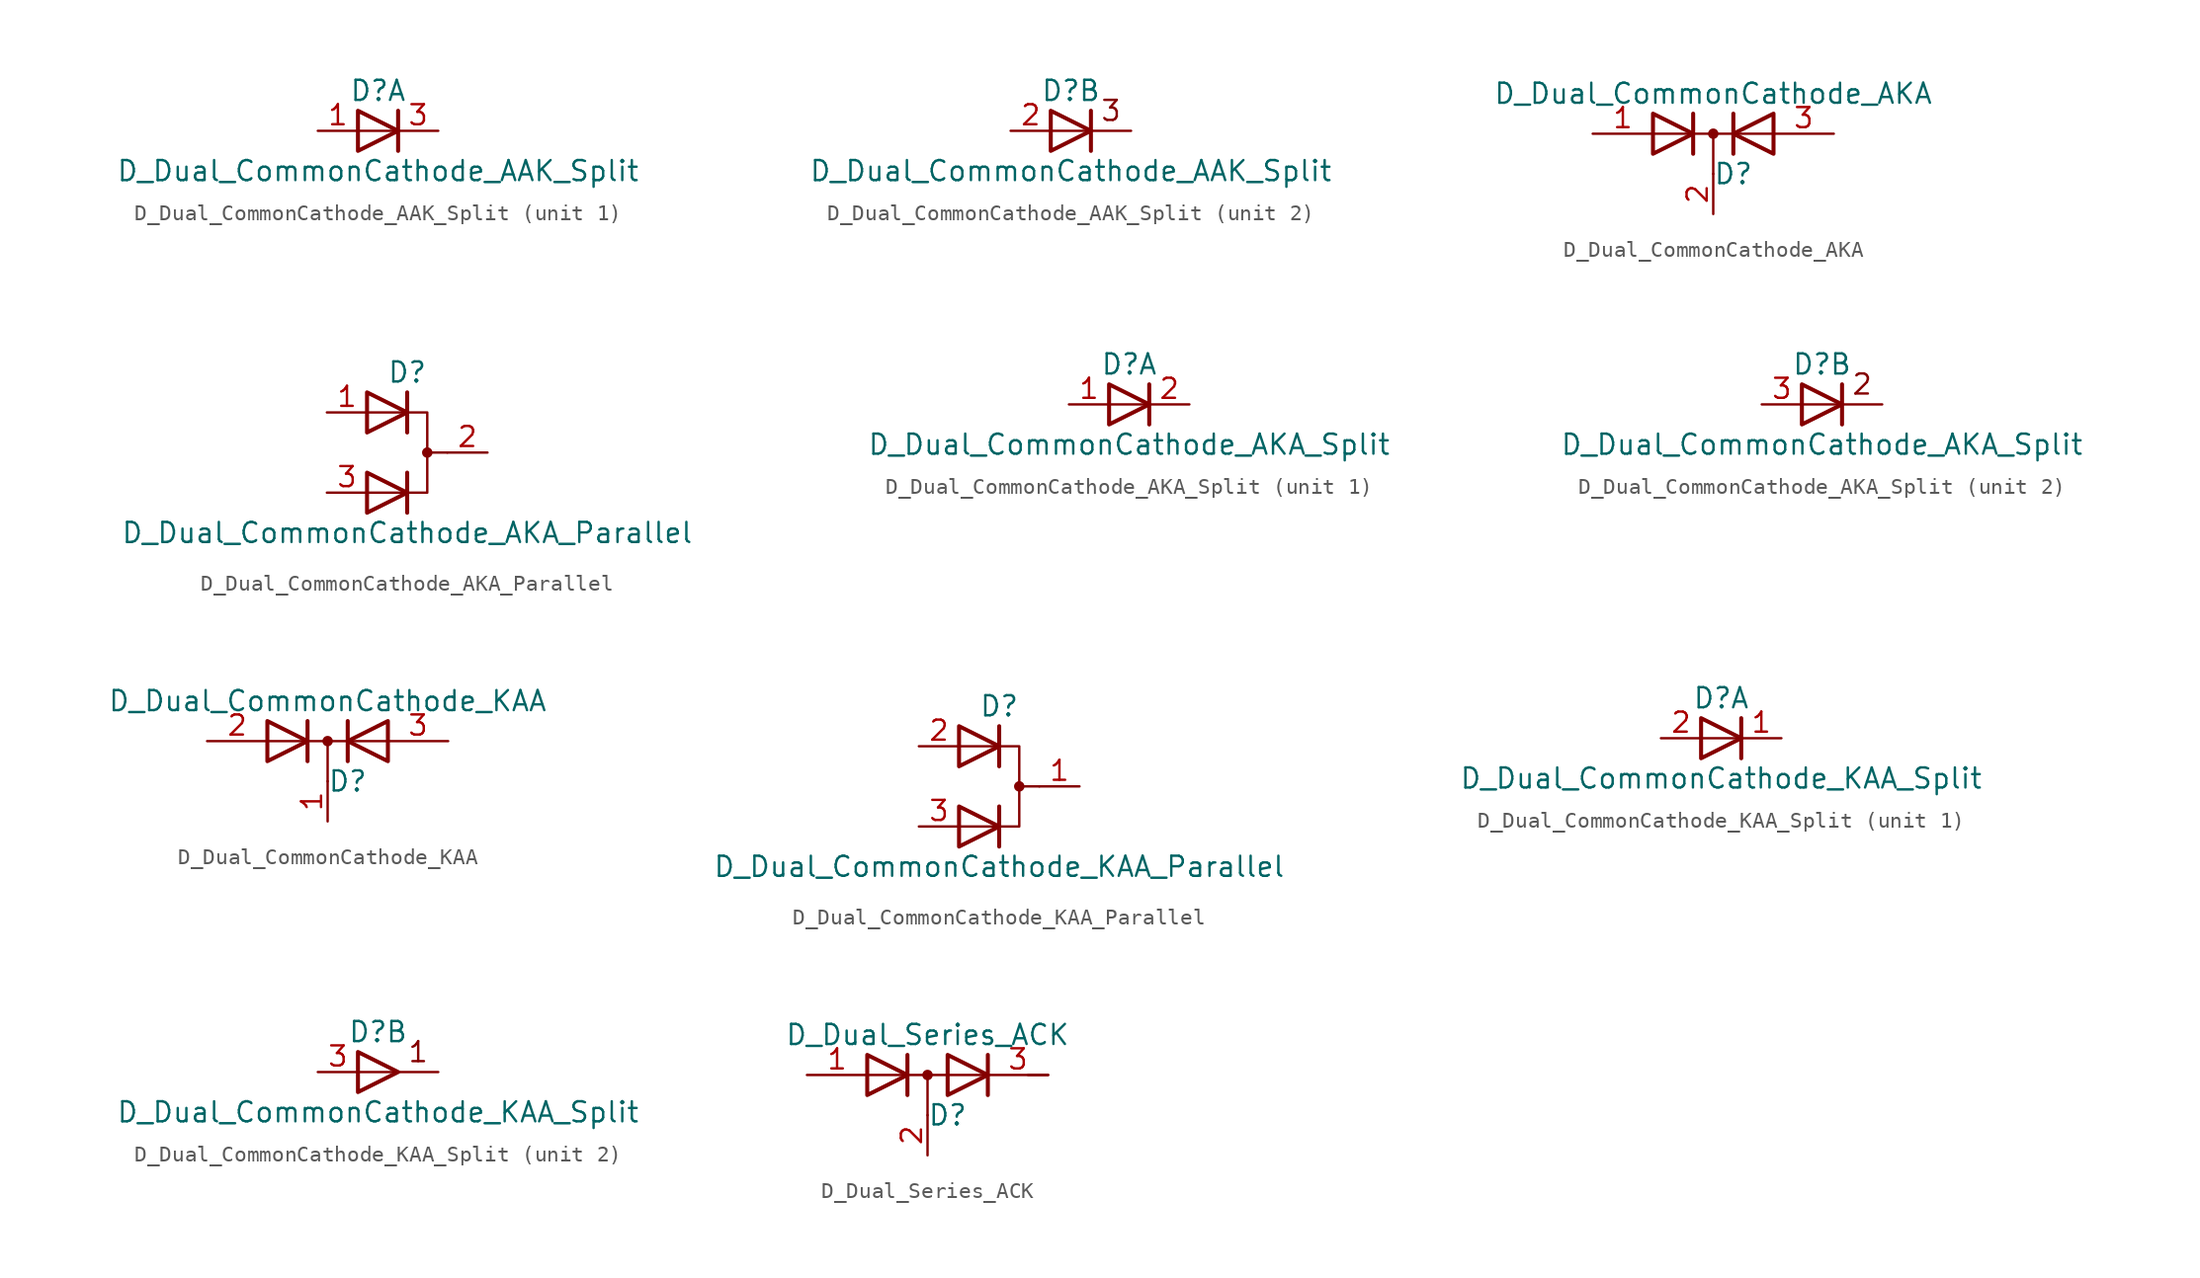
<source format=kicad_sym>
(kicad_symbol_lib
  (version 20241209)
  (generator "kicad_symbol_editor")
  (generator_version "9.0")
  (symbol "D_Dual_CommonCathode_AAK_Split"
    (pin_names
      (offset 0.762)
      (hide yes))
    (property "Reference" "D"
      (at 0 2.54 0)
      (effects (font (size 1.27 1.27))))
    (property "Value" "D_Dual_CommonCathode_AAK_Split"
      (at 0 -2.54 0)
      (effects (font (size 1.27 1.27))))
    (property "ki_locked" ""
      (at 0 0 0)
      (effects (font (size 1.27 1.27))))
    (symbol "D_Dual_CommonCathode_AAK_Split_0_0"
      (polyline (pts (xy 1.27 1.27) (xy 1.27 -1.27)) (stroke (width 0.254) (type solid)) (fill (type none))))
    (symbol "D_Dual_CommonCathode_AAK_Split_0_1"
      (polyline (pts (xy -1.27 1.27) (xy 1.27 0) (xy -1.27 -1.27) (xy -1.27 1.27) (xy -1.27 1.27) (xy -1.27 1.27)) (stroke (width 0.254) (type solid)) (fill (type none))))
    (symbol "D_Dual_CommonCathode_AAK_Split_1_1"
      (polyline (pts (xy 1.27 0) (xy -1.27 0)) (stroke (width 0) (type solid)) (fill (type none)))
      (pin passive line (at -3.81 0 0) (length 2.54) (name "A" (effects (font (size 1.27 1.27)))) (number "1" (effects (font (size 1.27 1.27)))))
      (pin passive line (at 3.81 0 180) (length 2.54) (name "K" (effects (font (size 1.27 1.27)))) (number "3" (effects (font (size 1.27 1.27))))))
    (symbol "D_Dual_CommonCathode_AAK_Split_2_0"
      (polyline (pts (xy 3.81 0) (xy -1.27 0)) (stroke (width 0) (type solid)) (fill (type none)))
      (text "3" (at 2.54 1.27 0) (effects (font (size 1.27 1.27)))))
    (symbol "D_Dual_CommonCathode_AAK_Split_2_1"
      (pin passive line (at -3.81 0 0) (length 2.54) (name "K" (effects (font (size 1.27 1.27)))) (number "2" (effects (font (size 1.27 1.27)))))))
  (symbol "D_Dual_CommonCathode_AKA"
    (pin_names
      (offset 0.762)
      (hide yes))
    (property "Reference" "D"
      (at 1.27 -2.54 0)
      (effects (font (size 1.27 1.27))))
    (property "Value" "D_Dual_CommonCathode_AKA"
      (at 0 2.54 0)
      (effects (font (size 1.27 1.27))))
    (symbol "D_Dual_CommonCathode_AKA_0_1"
      (polyline (pts (xy -3.81 1.27) (xy -1.27 0) (xy -3.81 -1.27) (xy -3.81 1.27) (xy -3.81 1.27) (xy -3.81 1.27)) (stroke (width 0.254) (type solid)) (fill (type none)))
      (polyline (pts (xy -1.27 -1.27) (xy -1.27 1.27) (xy -1.27 1.27)) (stroke (width 0.254) (type solid)) (fill (type none)))
      (polyline (pts (xy 0 0) (xy 0 -2.54)) (stroke (width 0) (type solid)) (fill (type none)))
      (circle (center 0 0) (radius 0.254) (stroke (width 0) (type solid)) (fill (type outline)))
      (polyline (pts (xy 1.27 -1.27) (xy 1.27 1.27) (xy 1.27 1.27)) (stroke (width 0.254) (type solid)) (fill (type none)))
      (polyline (pts (xy 3.81 0) (xy -3.81 0)) (stroke (width 0) (type solid)) (fill (type none)))
      (polyline (pts (xy 3.81 -1.27) (xy 1.27 0) (xy 3.81 1.27) (xy 3.81 -1.27) (xy 3.81 -1.27) (xy 3.81 -1.27)) (stroke (width 0.254) (type solid)) (fill (type none)))
      (pin passive line (at -7.62 0 0) (length 3.81) (name "A" (effects (font (size 1.27 1.27)))) (number "1" (effects (font (size 1.27 1.27)))))
      (pin passive line (at 0 -5.08 90) (length 2.54) (name "K" (effects (font (size 1.27 1.27)))) (number "2" (effects (font (size 1.27 1.27)))))
      (pin passive line (at 7.62 0 180) (length 3.81) (name "A" (effects (font (size 1.27 1.27)))) (number "3" (effects (font (size 1.27 1.27)))))))
  (symbol "D_Dual_CommonCathode_AKA_Parallel"
    (pin_names
      (offset 0.762)
      (hide yes))
    (property "Reference" "D"
      (at 0 5.08 0)
      (effects (font (size 1.27 1.27))))
    (property "Value" "D_Dual_CommonCathode_AKA_Parallel"
      (at 0 -5.08 0)
      (effects (font (size 1.27 1.27))))
    (symbol "D_Dual_CommonCathode_AKA_Parallel_0_0"
      (polyline (pts (xy 0 3.81) (xy 0 1.27)) (stroke (width 0.254) (type solid)) (fill (type none)))
      (polyline (pts (xy 0 -1.27) (xy 0 -3.81)) (stroke (width 0.254) (type solid)) (fill (type none))))
    (symbol "D_Dual_CommonCathode_AKA_Parallel_0_1"
      (polyline (pts (xy -2.54 3.81) (xy 0 2.54) (xy -2.54 1.27) (xy -2.54 3.81) (xy -2.54 3.81) (xy -2.54 3.81)) (stroke (width 0.254) (type solid)) (fill (type none)))
      (polyline (pts (xy -2.54 -1.27) (xy 0 -2.54) (xy -2.54 -3.81) (xy -2.54 -1.27) (xy -2.54 -1.27) (xy -2.54 -1.27)) (stroke (width 0.254) (type solid)) (fill (type none)))
      (polyline (pts (xy -2.54 -2.54) (xy 1.27 -2.54) (xy 1.27 2.54) (xy -2.54 2.54)) (stroke (width 0) (type solid)) (fill (type none)))
      (polyline (pts (xy 1.27 0) (xy 2.54 0)) (stroke (width 0) (type solid)) (fill (type none)))
      (circle (center 1.27 0) (radius 0.254) (stroke (width 0) (type solid)) (fill (type outline)))
      (pin passive line (at -5.08 2.54 0) (length 2.54) (name "K" (effects (font (size 1.27 1.27)))) (number "1" (effects (font (size 1.27 1.27)))))
      (pin passive line (at -5.08 -2.54 0) (length 2.54) (name "K" (effects (font (size 1.27 1.27)))) (number "3" (effects (font (size 1.27 1.27)))))
      (pin passive line (at 5.08 0 180) (length 2.54) (name "A" (effects (font (size 1.27 1.27)))) (number "2" (effects (font (size 1.27 1.27)))))))
  (symbol "D_Dual_CommonCathode_AKA_Split"
    (pin_names
      (offset 0.762)
      (hide yes))
    (property "Reference" "D"
      (at 0 2.54 0)
      (effects (font (size 1.27 1.27))))
    (property "Value" "D_Dual_CommonCathode_AKA_Split"
      (at 0 -2.54 0)
      (effects (font (size 1.27 1.27))))
    (property "ki_locked" ""
      (at 0 0 0)
      (effects (font (size 1.27 1.27))))
    (symbol "D_Dual_CommonCathode_AKA_Split_0_0"
      (polyline (pts (xy 1.27 1.27) (xy 1.27 -1.27)) (stroke (width 0.254) (type solid)) (fill (type none))))
    (symbol "D_Dual_CommonCathode_AKA_Split_0_1"
      (polyline (pts (xy -1.27 1.27) (xy 1.27 0) (xy -1.27 -1.27) (xy -1.27 1.27) (xy -1.27 1.27) (xy -1.27 1.27)) (stroke (width 0.254) (type solid)) (fill (type none))))
    (symbol "D_Dual_CommonCathode_AKA_Split_1_1"
      (polyline (pts (xy 1.27 0) (xy -1.27 0)) (stroke (width 0) (type solid)) (fill (type none)))
      (pin passive line (at -3.81 0 0) (length 2.54) (name "A" (effects (font (size 1.27 1.27)))) (number "1" (effects (font (size 1.27 1.27)))))
      (pin passive line (at 3.81 0 180) (length 2.54) (name "K" (effects (font (size 1.27 1.27)))) (number "2" (effects (font (size 1.27 1.27))))))
    (symbol "D_Dual_CommonCathode_AKA_Split_2_0"
      (polyline (pts (xy 3.81 0) (xy -1.27 0)) (stroke (width 0) (type solid)) (fill (type none)))
      (text "2" (at 2.54 1.27 0) (effects (font (size 1.27 1.27)))))
    (symbol "D_Dual_CommonCathode_AKA_Split_2_1"
      (pin passive line (at -3.81 0 0) (length 2.54) (name "K" (effects (font (size 1.27 1.27)))) (number "3" (effects (font (size 1.27 1.27)))))))
  (symbol "D_Dual_CommonCathode_KAA"
    (pin_names
      (offset 0.762)
      (hide yes))
    (property "Reference" "D"
      (at 1.27 -2.54 0)
      (effects (font (size 1.27 1.27))))
    (property "Value" "D_Dual_CommonCathode_KAA"
      (at 0 2.54 0)
      (effects (font (size 1.27 1.27))))
    (symbol "D_Dual_CommonCathode_KAA_0_1"
      (polyline (pts (xy -3.81 1.27) (xy -1.27 0) (xy -3.81 -1.27) (xy -3.81 1.27) (xy -3.81 1.27) (xy -3.81 1.27)) (stroke (width 0.254) (type solid)) (fill (type none)))
      (polyline (pts (xy -3.81 0) (xy 3.81 0)) (stroke (width 0) (type solid)) (fill (type none)))
      (polyline (pts (xy -1.27 -1.27) (xy -1.27 1.27) (xy -1.27 1.27)) (stroke (width 0.254) (type solid)) (fill (type none)))
      (polyline (pts (xy 0 0) (xy 0 -2.54)) (stroke (width 0) (type solid)) (fill (type none)))
      (circle (center 0 0) (radius 0.254) (stroke (width 0) (type solid)) (fill (type outline)))
      (polyline (pts (xy 1.27 -1.27) (xy 1.27 1.27) (xy 1.27 1.27)) (stroke (width 0.254) (type solid)) (fill (type none)))
      (polyline (pts (xy 3.81 -1.27) (xy 1.27 0) (xy 3.81 1.27) (xy 3.81 -1.27) (xy 3.81 -1.27) (xy 3.81 -1.27)) (stroke (width 0.254) (type solid)) (fill (type none)))
      (pin passive line (at -7.62 0 0) (length 3.81) (name "A" (effects (font (size 1.27 1.27)))) (number "2" (effects (font (size 1.27 1.27)))))
      (pin passive line (at 0 -5.08 90) (length 2.54) (name "K" (effects (font (size 1.27 1.27)))) (number "1" (effects (font (size 1.27 1.27)))))
      (pin passive line (at 7.62 0 180) (length 3.81) (name "A" (effects (font (size 1.27 1.27)))) (number "3" (effects (font (size 1.27 1.27)))))))
  (symbol "D_Dual_CommonCathode_KAA_Parallel"
    (pin_names
      (offset 0.762)
      (hide yes))
    (property "Reference" "D"
      (at 0 5.08 0)
      (effects (font (size 1.27 1.27))))
    (property "Value" "D_Dual_CommonCathode_KAA_Parallel"
      (at 0 -5.08 0)
      (effects (font (size 1.27 1.27))))
    (symbol "D_Dual_CommonCathode_KAA_Parallel_0_0"
      (polyline (pts (xy 0 3.81) (xy 0 1.27)) (stroke (width 0.254) (type solid)) (fill (type none)))
      (polyline (pts (xy 0 -1.27) (xy 0 -3.81)) (stroke (width 0.254) (type solid)) (fill (type none))))
    (symbol "D_Dual_CommonCathode_KAA_Parallel_0_1"
      (polyline (pts (xy -2.54 3.81) (xy 0 2.54) (xy -2.54 1.27) (xy -2.54 3.81) (xy -2.54 3.81) (xy -2.54 3.81)) (stroke (width 0.254) (type solid)) (fill (type none)))
      (polyline (pts (xy -2.54 -1.27) (xy 0 -2.54) (xy -2.54 -3.81) (xy -2.54 -1.27) (xy -2.54 -1.27) (xy -2.54 -1.27)) (stroke (width 0.254) (type solid)) (fill (type none)))
      (polyline (pts (xy -2.54 -2.54) (xy 1.27 -2.54) (xy 1.27 2.54) (xy -2.54 2.54)) (stroke (width 0) (type solid)) (fill (type none)))
      (polyline (pts (xy 1.27 0) (xy 2.54 0)) (stroke (width 0) (type solid)) (fill (type none)))
      (circle (center 1.27 0) (radius 0.254) (stroke (width 0) (type solid)) (fill (type outline)))
      (pin passive line (at -5.08 2.54 0) (length 2.54) (name "K" (effects (font (size 1.27 1.27)))) (number "2" (effects (font (size 1.27 1.27)))))
      (pin passive line (at -5.08 -2.54 0) (length 2.54) (name "K" (effects (font (size 1.27 1.27)))) (number "3" (effects (font (size 1.27 1.27)))))
      (pin passive line (at 5.08 0 180) (length 2.54) (name "A" (effects (font (size 1.27 1.27)))) (number "1" (effects (font (size 1.27 1.27)))))))
  (symbol "D_Dual_CommonCathode_KAA_Split"
    (pin_names
      (offset 0.762)
      (hide yes))
    (property "Reference" "D"
      (at 0 2.54 0)
      (effects (font (size 1.27 1.27))))
    (property "Value" "D_Dual_CommonCathode_KAA_Split"
      (at 0 -2.54 0)
      (effects (font (size 1.27 1.27))))
    (property "ki_locked" ""
      (at 0 0 0)
      (effects (font (size 1.27 1.27))))
    (symbol "D_Dual_CommonCathode_KAA_Split_0_1"
      (polyline (pts (xy -1.27 1.27) (xy 1.27 0) (xy -1.27 -1.27) (xy -1.27 1.27) (xy -1.27 1.27) (xy -1.27 1.27)) (stroke (width 0.254) (type solid)) (fill (type none))))
    (symbol "D_Dual_CommonCathode_KAA_Split_1_0"
      (polyline (pts (xy 1.27 1.27) (xy 1.27 -1.27)) (stroke (width 0.254) (type solid)) (fill (type none))))
    (symbol "D_Dual_CommonCathode_KAA_Split_1_1"
      (polyline (pts (xy 1.27 0) (xy -1.27 0)) (stroke (width 0) (type solid)) (fill (type none)))
      (pin passive line (at -3.81 0 0) (length 2.54) (name "A" (effects (font (size 1.27 1.27)))) (number "2" (effects (font (size 1.27 1.27)))))
      (pin passive line (at 3.81 0 180) (length 2.54) (name "K" (effects (font (size 1.27 1.27)))) (number "1" (effects (font (size 1.27 1.27))))))
    (symbol "D_Dual_CommonCathode_KAA_Split_2_0"
      (polyline (pts (xy 3.81 0) (xy -1.27 0)) (stroke (width 0) (type solid)) (fill (type none)))
      (text "1" (at 2.54 1.27 0) (effects (font (size 1.27 1.27)))))
    (symbol "D_Dual_CommonCathode_KAA_Split_2_1"
      (pin passive line (at -3.81 0 0) (length 2.54) (name "K" (effects (font (size 1.27 1.27)))) (number "3" (effects (font (size 1.27 1.27)))))))
  (symbol "D_Dual_Series_ACK"
    (pin_names
      (offset 0.762)
      (hide yes))
    (property "Reference" "D"
      (at 1.27 -2.54 0)
      (effects (font (size 1.27 1.27))))
    (property "Value" "D_Dual_Series_ACK"
      (at 0 2.54 0)
      (effects (font (size 1.27 1.27))))
    (symbol "D_Dual_Series_ACK_0_1"
      (polyline (pts (xy -3.81 1.27) (xy -1.27 0) (xy -3.81 -1.27) (xy -3.81 1.27) (xy -3.81 1.27) (xy -3.81 1.27)) (stroke (width 0.254) (type solid)) (fill (type none)))
      (polyline (pts (xy -1.27 -1.27) (xy -1.27 1.27) (xy -1.27 1.27)) (stroke (width 0.254) (type solid)) (fill (type none)))
      (polyline (pts (xy 0 0) (xy 0 -2.54)) (stroke (width 0) (type solid)) (fill (type none)))
      (circle (center 0 0) (radius 0.254) (stroke (width 0) (type solid)) (fill (type outline)))
      (polyline (pts (xy 1.27 1.27) (xy 3.81 0) (xy 1.27 -1.27) (xy 1.27 1.27) (xy 1.27 1.27) (xy 1.27 1.27)) (stroke (width 0.254) (type solid)) (fill (type none)))
      (polyline (pts (xy 3.81 1.27) (xy 3.81 -1.27) (xy 3.81 -1.27)) (stroke (width 0.254) (type solid)) (fill (type none)))
      (polyline (pts (xy 3.81 0) (xy -3.81 0)) (stroke (width 0) (type solid)) (fill (type none)))
      (polyline (pts (xy 6.35 0) (xy 7.62 0)) (stroke (width 0) (type solid)) (fill (type none)))
      (pin passive line (at -7.62 0 0) (length 3.81) (name "A" (effects (font (size 1.27 1.27)))) (number "1" (effects (font (size 1.27 1.27)))))
      (pin passive line (at 0 -5.08 90) (length 2.54) (name "common" (effects (font (size 1.27 1.27)))) (number "2" (effects (font (size 1.27 1.27)))))
      (pin passive line (at 7.62 0 180) (length 3.81) (name "K" (effects (font (size 1.27 1.27)))) (number "3" (effects (font (size 1.27 1.27))))))))
</source>
